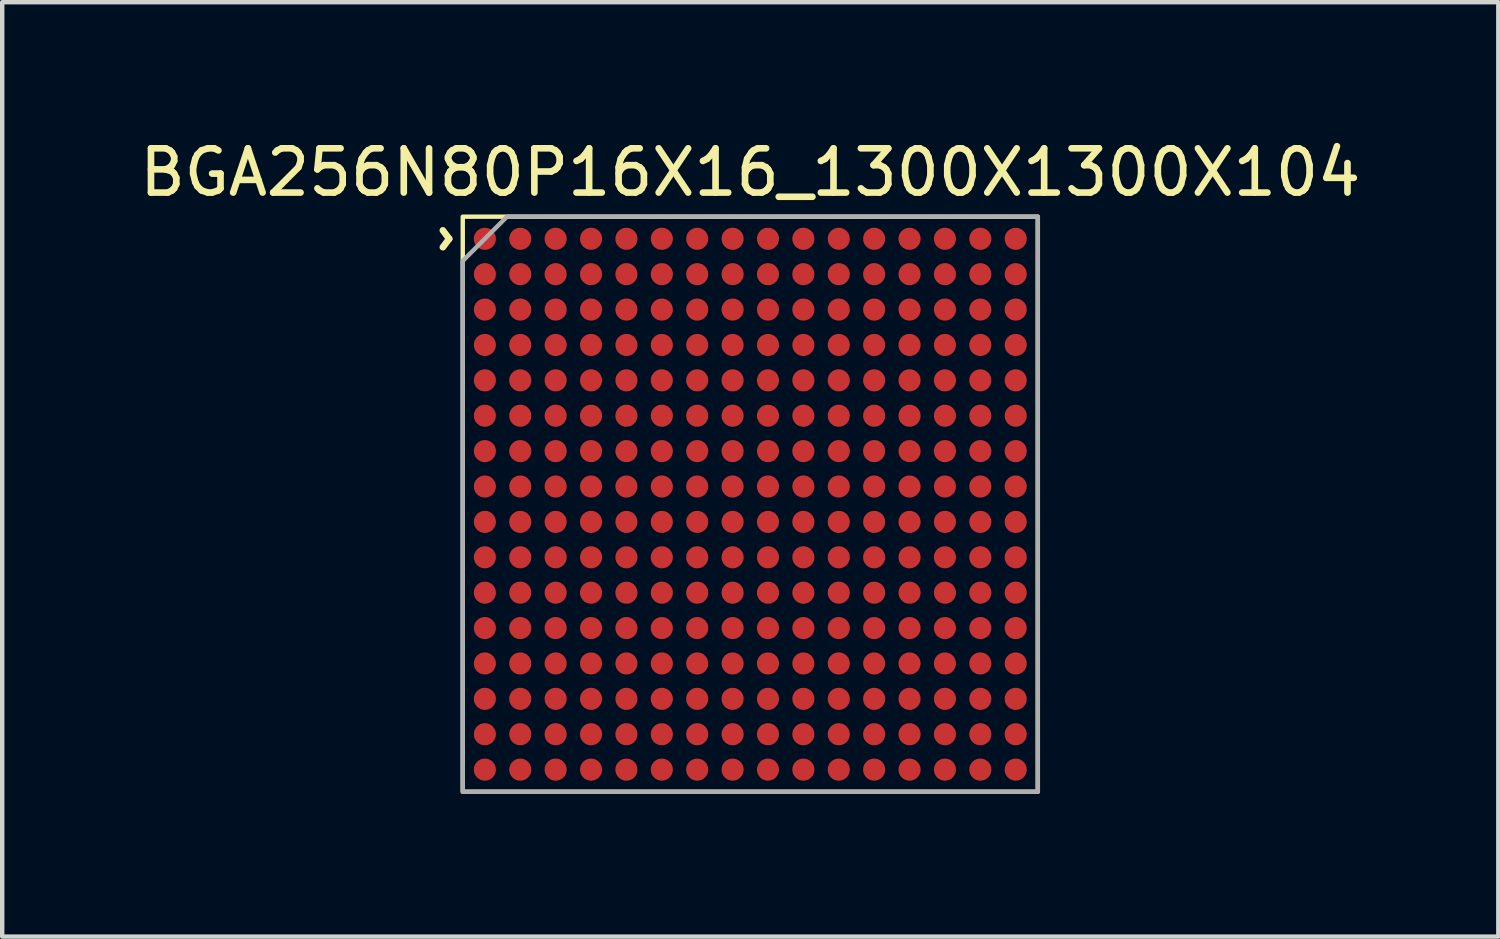
<source format=kicad_pcb>
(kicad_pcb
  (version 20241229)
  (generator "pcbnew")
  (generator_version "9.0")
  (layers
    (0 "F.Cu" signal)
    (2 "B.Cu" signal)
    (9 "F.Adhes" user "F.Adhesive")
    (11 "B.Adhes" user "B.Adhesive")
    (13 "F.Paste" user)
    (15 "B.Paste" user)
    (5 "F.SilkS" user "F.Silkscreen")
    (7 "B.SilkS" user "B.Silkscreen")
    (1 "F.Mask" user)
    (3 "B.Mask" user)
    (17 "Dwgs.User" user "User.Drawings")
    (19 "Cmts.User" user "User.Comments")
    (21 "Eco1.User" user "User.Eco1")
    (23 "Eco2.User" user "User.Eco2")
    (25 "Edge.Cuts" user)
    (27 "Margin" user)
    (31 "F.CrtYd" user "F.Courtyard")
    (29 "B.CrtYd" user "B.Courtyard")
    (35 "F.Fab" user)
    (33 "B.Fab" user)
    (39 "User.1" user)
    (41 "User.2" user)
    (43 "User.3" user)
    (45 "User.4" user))
  (footprint "BGA256N80P16X16_1300X1300X104"
    (layer "F.Cu")
    (at 13.911 8.348)
    (property "Reference" "BGA256N80P16X16_1300X1300X104" (at 0 -7.5 0) (layer "F.SilkS") (effects (font (size 1 1) (thickness 0.15))))
    (attr smd)
    (fp_rect (start 6.5 -6.5) (end -6.5 6.5) (stroke (width 0.1) (type default)) (fill no) (layer "F.SilkS"))
    (fp_poly (pts (xy -6.75 6.75) (xy 6.75 6.75) (xy 6.75 -6.75) (xy -6.75 -6.75)) (stroke (width 0.05) (type solid)) (fill no) (layer "F.Paste"))
    (fp_poly (pts (xy -5.5 -6.5) (xy 6.5 -6.5) (xy 6.5 6.5) (xy -6.5 6.5) (xy -6.5 -5.5)) (stroke (width 0.1) (type solid)) (fill no) (layer "F.Fab"))
    (fp_text user "^" (at -7.4 -6 270) (unlocked yes) (layer "F.SilkS") (effects (font (size 1 1) (thickness 0.15))))
    (pad "A1" smd circle (at -6 -6) (size 0.5 0.5) (layers "F.Cu" "F.Mask" "F.Paste"))
    (pad "A2" smd circle (at -5.2 -6) (size 0.5 0.5) (layers "F.Cu" "F.Mask" "F.Paste"))
    (pad "A3" smd circle (at -4.4 -6) (size 0.5 0.5) (layers "F.Cu" "F.Mask" "F.Paste"))
    (pad "A4" smd circle (at -3.6 -6) (size 0.5 0.5) (layers "F.Cu" "F.Mask" "F.Paste"))
    (pad "A5" smd circle (at -2.8 -6) (size 0.5 0.5) (layers "F.Cu" "F.Mask" "F.Paste"))
    (pad "A6" smd circle (at -2 -6) (size 0.5 0.5) (layers "F.Cu" "F.Mask" "F.Paste"))
    (pad "A7" smd circle (at -1.2 -6) (size 0.5 0.5) (layers "F.Cu" "F.Mask" "F.Paste"))
    (pad "A8" smd circle (at -0.4 -6) (size 0.5 0.5) (layers "F.Cu" "F.Mask" "F.Paste"))
    (pad "A9" smd circle (at 0.4 -6) (size 0.5 0.5) (layers "F.Cu" "F.Mask" "F.Paste"))
    (pad "A10" smd circle (at 1.2 -6) (size 0.5 0.5) (layers "F.Cu" "F.Mask" "F.Paste"))
    (pad "A11" smd circle (at 2 -6) (size 0.5 0.5) (layers "F.Cu" "F.Mask" "F.Paste"))
    (pad "A12" smd circle (at 2.8 -6) (size 0.5 0.5) (layers "F.Cu" "F.Mask" "F.Paste"))
    (pad "A13" smd circle (at 3.6 -6) (size 0.5 0.5) (layers "F.Cu" "F.Mask" "F.Paste"))
    (pad "A14" smd circle (at 4.4 -6) (size 0.5 0.5) (layers "F.Cu" "F.Mask" "F.Paste"))
    (pad "A15" smd circle (at 5.2 -6) (size 0.5 0.5) (layers "F.Cu" "F.Mask" "F.Paste"))
    (pad "A16" smd circle (at 6 -6) (size 0.5 0.5) (layers "F.Cu" "F.Mask" "F.Paste"))
    (pad "B1" smd circle (at -6 -5.2) (size 0.5 0.5) (layers "F.Cu" "F.Mask" "F.Paste"))
    (pad "B2" smd circle (at -5.2 -5.2) (size 0.5 0.5) (layers "F.Cu" "F.Mask" "F.Paste"))
    (pad "B3" smd circle (at -4.4 -5.2) (size 0.5 0.5) (layers "F.Cu" "F.Mask" "F.Paste"))
    (pad "B4" smd circle (at -3.6 -5.2) (size 0.5 0.5) (layers "F.Cu" "F.Mask" "F.Paste"))
    (pad "B5" smd circle (at -2.8 -5.2) (size 0.5 0.5) (layers "F.Cu" "F.Mask" "F.Paste"))
    (pad "B6" smd circle (at -2 -5.2) (size 0.5 0.5) (layers "F.Cu" "F.Mask" "F.Paste"))
    (pad "B7" smd circle (at -1.2 -5.2) (size 0.5 0.5) (layers "F.Cu" "F.Mask" "F.Paste"))
    (pad "B8" smd circle (at -0.4 -5.2) (size 0.5 0.5) (layers "F.Cu" "F.Mask" "F.Paste"))
    (pad "B9" smd circle (at 0.4 -5.2) (size 0.5 0.5) (layers "F.Cu" "F.Mask" "F.Paste"))
    (pad "B10" smd circle (at 1.2 -5.2) (size 0.5 0.5) (layers "F.Cu" "F.Mask" "F.Paste"))
    (pad "B11" smd circle (at 2 -5.2) (size 0.5 0.5) (layers "F.Cu" "F.Mask" "F.Paste"))
    (pad "B12" smd circle (at 2.8 -5.2) (size 0.5 0.5) (layers "F.Cu" "F.Mask" "F.Paste"))
    (pad "B13" smd circle (at 3.6 -5.2) (size 0.5 0.5) (layers "F.Cu" "F.Mask" "F.Paste"))
    (pad "B14" smd circle (at 4.4 -5.2) (size 0.5 0.5) (layers "F.Cu" "F.Mask" "F.Paste"))
    (pad "B15" smd circle (at 5.2 -5.2) (size 0.5 0.5) (layers "F.Cu" "F.Mask" "F.Paste"))
    (pad "B16" smd circle (at 6 -5.2) (size 0.5 0.5) (layers "F.Cu" "F.Mask" "F.Paste"))
    (pad "C1" smd circle (at -6 -4.4) (size 0.5 0.5) (layers "F.Cu" "F.Mask" "F.Paste"))
    (pad "C2" smd circle (at -5.2 -4.4) (size 0.5 0.5) (layers "F.Cu" "F.Mask" "F.Paste"))
    (pad "C3" smd circle (at -4.4 -4.4) (size 0.5 0.5) (layers "F.Cu" "F.Mask" "F.Paste"))
    (pad "C4" smd circle (at -3.6 -4.4) (size 0.5 0.5) (layers "F.Cu" "F.Mask" "F.Paste"))
    (pad "C5" smd circle (at -2.8 -4.4) (size 0.5 0.5) (layers "F.Cu" "F.Mask" "F.Paste"))
    (pad "C6" smd circle (at -2 -4.4) (size 0.5 0.5) (layers "F.Cu" "F.Mask" "F.Paste"))
    (pad "C7" smd circle (at -1.2 -4.4) (size 0.5 0.5) (layers "F.Cu" "F.Mask" "F.Paste"))
    (pad "C8" smd circle (at -0.4 -4.4) (size 0.5 0.5) (layers "F.Cu" "F.Mask" "F.Paste"))
    (pad "C9" smd circle (at 0.4 -4.4) (size 0.5 0.5) (layers "F.Cu" "F.Mask" "F.Paste"))
    (pad "C10" smd circle (at 1.2 -4.4) (size 0.5 0.5) (layers "F.Cu" "F.Mask" "F.Paste"))
    (pad "C11" smd circle (at 2 -4.4) (size 0.5 0.5) (layers "F.Cu" "F.Mask" "F.Paste"))
    (pad "C12" smd circle (at 2.8 -4.4) (size 0.5 0.5) (layers "F.Cu" "F.Mask" "F.Paste"))
    (pad "C13" smd circle (at 3.6 -4.4) (size 0.5 0.5) (layers "F.Cu" "F.Mask" "F.Paste"))
    (pad "C14" smd circle (at 4.4 -4.4) (size 0.5 0.5) (layers "F.Cu" "F.Mask" "F.Paste"))
    (pad "C15" smd circle (at 5.2 -4.4) (size 0.5 0.5) (layers "F.Cu" "F.Mask" "F.Paste"))
    (pad "C16" smd circle (at 6 -4.4) (size 0.5 0.5) (layers "F.Cu" "F.Mask" "F.Paste"))
    (pad "D1" smd circle (at -6 -3.6) (size 0.5 0.5) (layers "F.Cu" "F.Mask" "F.Paste"))
    (pad "D2" smd circle (at -5.2 -3.6) (size 0.5 0.5) (layers "F.Cu" "F.Mask" "F.Paste"))
    (pad "D3" smd circle (at -4.4 -3.6) (size 0.5 0.5) (layers "F.Cu" "F.Mask" "F.Paste"))
    (pad "D4" smd circle (at -3.6 -3.6) (size 0.5 0.5) (layers "F.Cu" "F.Mask" "F.Paste"))
    (pad "D5" smd circle (at -2.8 -3.6) (size 0.5 0.5) (layers "F.Cu" "F.Mask" "F.Paste"))
    (pad "D6" smd circle (at -2 -3.6) (size 0.5 0.5) (layers "F.Cu" "F.Mask" "F.Paste"))
    (pad "D7" smd circle (at -1.2 -3.6) (size 0.5 0.5) (layers "F.Cu" "F.Mask" "F.Paste"))
    (pad "D8" smd circle (at -0.4 -3.6) (size 0.5 0.5) (layers "F.Cu" "F.Mask" "F.Paste"))
    (pad "D9" smd circle (at 0.4 -3.6) (size 0.5 0.5) (layers "F.Cu" "F.Mask" "F.Paste"))
    (pad "D10" smd circle (at 1.2 -3.6) (size 0.5 0.5) (layers "F.Cu" "F.Mask" "F.Paste"))
    (pad "D11" smd circle (at 2 -3.6) (size 0.5 0.5) (layers "F.Cu" "F.Mask" "F.Paste"))
    (pad "D12" smd circle (at 2.8 -3.6) (size 0.5 0.5) (layers "F.Cu" "F.Mask" "F.Paste"))
    (pad "D13" smd circle (at 3.6 -3.6) (size 0.5 0.5) (layers "F.Cu" "F.Mask" "F.Paste"))
    (pad "D14" smd circle (at 4.4 -3.6) (size 0.5 0.5) (layers "F.Cu" "F.Mask" "F.Paste"))
    (pad "D15" smd circle (at 5.2 -3.6) (size 0.5 0.5) (layers "F.Cu" "F.Mask" "F.Paste"))
    (pad "D16" smd circle (at 6 -3.6) (size 0.5 0.5) (layers "F.Cu" "F.Mask" "F.Paste"))
    (pad "E1" smd circle (at -6 -2.8) (size 0.5 0.5) (layers "F.Cu" "F.Mask" "F.Paste"))
    (pad "E2" smd circle (at -5.2 -2.8) (size 0.5 0.5) (layers "F.Cu" "F.Mask" "F.Paste"))
    (pad "E3" smd circle (at -4.4 -2.8) (size 0.5 0.5) (layers "F.Cu" "F.Mask" "F.Paste"))
    (pad "E4" smd circle (at -3.6 -2.8) (size 0.5 0.5) (layers "F.Cu" "F.Mask" "F.Paste"))
    (pad "E5" smd circle (at -2.8 -2.8) (size 0.5 0.5) (layers "F.Cu" "F.Mask" "F.Paste"))
    (pad "E6" smd circle (at -2 -2.8) (size 0.5 0.5) (layers "F.Cu" "F.Mask" "F.Paste"))
    (pad "E7" smd circle (at -1.2 -2.8) (size 0.5 0.5) (layers "F.Cu" "F.Mask" "F.Paste"))
    (pad "E8" smd circle (at -0.4 -2.8) (size 0.5 0.5) (layers "F.Cu" "F.Mask" "F.Paste"))
    (pad "E9" smd circle (at 0.4 -2.8) (size 0.5 0.5) (layers "F.Cu" "F.Mask" "F.Paste"))
    (pad "E10" smd circle (at 1.2 -2.8) (size 0.5 0.5) (layers "F.Cu" "F.Mask" "F.Paste"))
    (pad "E11" smd circle (at 2 -2.8) (size 0.5 0.5) (layers "F.Cu" "F.Mask" "F.Paste"))
    (pad "E12" smd circle (at 2.8 -2.8) (size 0.5 0.5) (layers "F.Cu" "F.Mask" "F.Paste"))
    (pad "E13" smd circle (at 3.6 -2.8) (size 0.5 0.5) (layers "F.Cu" "F.Mask" "F.Paste"))
    (pad "E14" smd circle (at 4.4 -2.8) (size 0.5 0.5) (layers "F.Cu" "F.Mask" "F.Paste"))
    (pad "E15" smd circle (at 5.2 -2.8) (size 0.5 0.5) (layers "F.Cu" "F.Mask" "F.Paste"))
    (pad "E16" smd circle (at 6 -2.8) (size 0.5 0.5) (layers "F.Cu" "F.Mask" "F.Paste"))
    (pad "F1" smd circle (at -6 -2) (size 0.5 0.5) (layers "F.Cu" "F.Mask" "F.Paste"))
    (pad "F2" smd circle (at -5.2 -2) (size 0.5 0.5) (layers "F.Cu" "F.Mask" "F.Paste"))
    (pad "F3" smd circle (at -4.4 -2) (size 0.5 0.5) (layers "F.Cu" "F.Mask" "F.Paste"))
    (pad "F4" smd circle (at -3.6 -2) (size 0.5 0.5) (layers "F.Cu" "F.Mask" "F.Paste"))
    (pad "F5" smd circle (at -2.8 -2) (size 0.5 0.5) (layers "F.Cu" "F.Mask" "F.Paste"))
    (pad "F6" smd circle (at -2 -2) (size 0.5 0.5) (layers "F.Cu" "F.Mask" "F.Paste"))
    (pad "F7" smd circle (at -1.2 -2) (size 0.5 0.5) (layers "F.Cu" "F.Mask" "F.Paste"))
    (pad "F8" smd circle (at -0.4 -2) (size 0.5 0.5) (layers "F.Cu" "F.Mask" "F.Paste"))
    (pad "F9" smd circle (at 0.4 -2) (size 0.5 0.5) (layers "F.Cu" "F.Mask" "F.Paste"))
    (pad "F10" smd circle (at 1.2 -2) (size 0.5 0.5) (layers "F.Cu" "F.Mask" "F.Paste"))
    (pad "F11" smd circle (at 2 -2) (size 0.5 0.5) (layers "F.Cu" "F.Mask" "F.Paste"))
    (pad "F12" smd circle (at 2.8 -2) (size 0.5 0.5) (layers "F.Cu" "F.Mask" "F.Paste"))
    (pad "F13" smd circle (at 3.6 -2) (size 0.5 0.5) (layers "F.Cu" "F.Mask" "F.Paste"))
    (pad "F14" smd circle (at 4.4 -2) (size 0.5 0.5) (layers "F.Cu" "F.Mask" "F.Paste"))
    (pad "F15" smd circle (at 5.2 -2) (size 0.5 0.5) (layers "F.Cu" "F.Mask" "F.Paste"))
    (pad "F16" smd circle (at 6 -2) (size 0.5 0.5) (layers "F.Cu" "F.Mask" "F.Paste"))
    (pad "G1" smd circle (at -6 -1.2) (size 0.5 0.5) (layers "F.Cu" "F.Mask" "F.Paste"))
    (pad "G2" smd circle (at -5.2 -1.2) (size 0.5 0.5) (layers "F.Cu" "F.Mask" "F.Paste"))
    (pad "G3" smd circle (at -4.4 -1.2) (size 0.5 0.5) (layers "F.Cu" "F.Mask" "F.Paste"))
    (pad "G4" smd circle (at -3.6 -1.2) (size 0.5 0.5) (layers "F.Cu" "F.Mask" "F.Paste"))
    (pad "G5" smd circle (at -2.8 -1.2) (size 0.5 0.5) (layers "F.Cu" "F.Mask" "F.Paste"))
    (pad "G6" smd circle (at -2 -1.2) (size 0.5 0.5) (layers "F.Cu" "F.Mask" "F.Paste"))
    (pad "G7" smd circle (at -1.2 -1.2) (size 0.5 0.5) (layers "F.Cu" "F.Mask" "F.Paste"))
    (pad "G8" smd circle (at -0.4 -1.2) (size 0.5 0.5) (layers "F.Cu" "F.Mask" "F.Paste"))
    (pad "G9" smd circle (at 0.4 -1.2) (size 0.5 0.5) (layers "F.Cu" "F.Mask" "F.Paste"))
    (pad "G10" smd circle (at 1.2 -1.2) (size 0.5 0.5) (layers "F.Cu" "F.Mask" "F.Paste"))
    (pad "G11" smd circle (at 2 -1.2) (size 0.5 0.5) (layers "F.Cu" "F.Mask" "F.Paste"))
    (pad "G12" smd circle (at 2.8 -1.2) (size 0.5 0.5) (layers "F.Cu" "F.Mask" "F.Paste"))
    (pad "G13" smd circle (at 3.6 -1.2) (size 0.5 0.5) (layers "F.Cu" "F.Mask" "F.Paste"))
    (pad "G14" smd circle (at 4.4 -1.2) (size 0.5 0.5) (layers "F.Cu" "F.Mask" "F.Paste"))
    (pad "G15" smd circle (at 5.2 -1.2) (size 0.5 0.5) (layers "F.Cu" "F.Mask" "F.Paste"))
    (pad "G16" smd circle (at 6 -1.2) (size 0.5 0.5) (layers "F.Cu" "F.Mask" "F.Paste"))
    (pad "H1" smd circle (at -6 -0.4) (size 0.5 0.5) (layers "F.Cu" "F.Mask" "F.Paste"))
    (pad "H2" smd circle (at -5.2 -0.4) (size 0.5 0.5) (layers "F.Cu" "F.Mask" "F.Paste"))
    (pad "H3" smd circle (at -4.4 -0.4) (size 0.5 0.5) (layers "F.Cu" "F.Mask" "F.Paste"))
    (pad "H4" smd circle (at -3.6 -0.4) (size 0.5 0.5) (layers "F.Cu" "F.Mask" "F.Paste"))
    (pad "H5" smd circle (at -2.8 -0.4) (size 0.5 0.5) (layers "F.Cu" "F.Mask" "F.Paste"))
    (pad "H6" smd circle (at -2 -0.4) (size 0.5 0.5) (layers "F.Cu" "F.Mask" "F.Paste"))
    (pad "H7" smd circle (at -1.2 -0.4) (size 0.5 0.5) (layers "F.Cu" "F.Mask" "F.Paste"))
    (pad "H8" smd circle (at -0.4 -0.4) (size 0.5 0.5) (layers "F.Cu" "F.Mask" "F.Paste"))
    (pad "H9" smd circle (at 0.4 -0.4) (size 0.5 0.5) (layers "F.Cu" "F.Mask" "F.Paste"))
    (pad "H10" smd circle (at 1.2 -0.4) (size 0.5 0.5) (layers "F.Cu" "F.Mask" "F.Paste"))
    (pad "H11" smd circle (at 2 -0.4) (size 0.5 0.5) (layers "F.Cu" "F.Mask" "F.Paste"))
    (pad "H12" smd circle (at 2.8 -0.4) (size 0.5 0.5) (layers "F.Cu" "F.Mask" "F.Paste"))
    (pad "H13" smd circle (at 3.6 -0.4) (size 0.5 0.5) (layers "F.Cu" "F.Mask" "F.Paste"))
    (pad "H14" smd circle (at 4.4 -0.4) (size 0.5 0.5) (layers "F.Cu" "F.Mask" "F.Paste"))
    (pad "H15" smd circle (at 5.2 -0.4) (size 0.5 0.5) (layers "F.Cu" "F.Mask" "F.Paste"))
    (pad "H16" smd circle (at 6 -0.4) (size 0.5 0.5) (layers "F.Cu" "F.Mask" "F.Paste"))
    (pad "J1" smd circle (at -6 0.4) (size 0.5 0.5) (layers "F.Cu" "F.Mask" "F.Paste"))
    (pad "J2" smd circle (at -5.2 0.4) (size 0.5 0.5) (layers "F.Cu" "F.Mask" "F.Paste"))
    (pad "J3" smd circle (at -4.4 0.4) (size 0.5 0.5) (layers "F.Cu" "F.Mask" "F.Paste"))
    (pad "J4" smd circle (at -3.6 0.4) (size 0.5 0.5) (layers "F.Cu" "F.Mask" "F.Paste"))
    (pad "J5" smd circle (at -2.8 0.4) (size 0.5 0.5) (layers "F.Cu" "F.Mask" "F.Paste"))
    (pad "J6" smd circle (at -2 0.4) (size 0.5 0.5) (layers "F.Cu" "F.Mask" "F.Paste"))
    (pad "J7" smd circle (at -1.2 0.4) (size 0.5 0.5) (layers "F.Cu" "F.Mask" "F.Paste"))
    (pad "J8" smd circle (at -0.4 0.4) (size 0.5 0.5) (layers "F.Cu" "F.Mask" "F.Paste"))
    (pad "J9" smd circle (at 0.4 0.4) (size 0.5 0.5) (layers "F.Cu" "F.Mask" "F.Paste"))
    (pad "J10" smd circle (at 1.2 0.4) (size 0.5 0.5) (layers "F.Cu" "F.Mask" "F.Paste"))
    (pad "J11" smd circle (at 2 0.4) (size 0.5 0.5) (layers "F.Cu" "F.Mask" "F.Paste"))
    (pad "J12" smd circle (at 2.8 0.4) (size 0.5 0.5) (layers "F.Cu" "F.Mask" "F.Paste"))
    (pad "J13" smd circle (at 3.6 0.4) (size 0.5 0.5) (layers "F.Cu" "F.Mask" "F.Paste"))
    (pad "J14" smd circle (at 4.4 0.4) (size 0.5 0.5) (layers "F.Cu" "F.Mask" "F.Paste"))
    (pad "J15" smd circle (at 5.2 0.4) (size 0.5 0.5) (layers "F.Cu" "F.Mask" "F.Paste"))
    (pad "J16" smd circle (at 6 0.4) (size 0.5 0.5) (layers "F.Cu" "F.Mask" "F.Paste"))
    (pad "K1" smd circle (at -6 1.2) (size 0.5 0.5) (layers "F.Cu" "F.Mask" "F.Paste"))
    (pad "K2" smd circle (at -5.2 1.2) (size 0.5 0.5) (layers "F.Cu" "F.Mask" "F.Paste"))
    (pad "K3" smd circle (at -4.4 1.2) (size 0.5 0.5) (layers "F.Cu" "F.Mask" "F.Paste"))
    (pad "K4" smd circle (at -3.6 1.2) (size 0.5 0.5) (layers "F.Cu" "F.Mask" "F.Paste"))
    (pad "K5" smd circle (at -2.8 1.2) (size 0.5 0.5) (layers "F.Cu" "F.Mask" "F.Paste"))
    (pad "K6" smd circle (at -2 1.2) (size 0.5 0.5) (layers "F.Cu" "F.Mask" "F.Paste"))
    (pad "K7" smd circle (at -1.2 1.2) (size 0.5 0.5) (layers "F.Cu" "F.Mask" "F.Paste"))
    (pad "K8" smd circle (at -0.4 1.2) (size 0.5 0.5) (layers "F.Cu" "F.Mask" "F.Paste"))
    (pad "K9" smd circle (at 0.4 1.2) (size 0.5 0.5) (layers "F.Cu" "F.Mask" "F.Paste"))
    (pad "K10" smd circle (at 1.2 1.2) (size 0.5 0.5) (layers "F.Cu" "F.Mask" "F.Paste"))
    (pad "K11" smd circle (at 2 1.2) (size 0.5 0.5) (layers "F.Cu" "F.Mask" "F.Paste"))
    (pad "K12" smd circle (at 2.8 1.2) (size 0.5 0.5) (layers "F.Cu" "F.Mask" "F.Paste"))
    (pad "K13" smd circle (at 3.6 1.2) (size 0.5 0.5) (layers "F.Cu" "F.Mask" "F.Paste"))
    (pad "K14" smd circle (at 4.4 1.2) (size 0.5 0.5) (layers "F.Cu" "F.Mask" "F.Paste"))
    (pad "K15" smd circle (at 5.2 1.2) (size 0.5 0.5) (layers "F.Cu" "F.Mask" "F.Paste"))
    (pad "K16" smd circle (at 6 1.2) (size 0.5 0.5) (layers "F.Cu" "F.Mask" "F.Paste"))
    (pad "L1" smd circle (at -6 2) (size 0.5 0.5) (layers "F.Cu" "F.Mask" "F.Paste"))
    (pad "L2" smd circle (at -5.2 2) (size 0.5 0.5) (layers "F.Cu" "F.Mask" "F.Paste"))
    (pad "L3" smd circle (at -4.4 2) (size 0.5 0.5) (layers "F.Cu" "F.Mask" "F.Paste"))
    (pad "L4" smd circle (at -3.6 2) (size 0.5 0.5) (layers "F.Cu" "F.Mask" "F.Paste"))
    (pad "L5" smd circle (at -2.8 2) (size 0.5 0.5) (layers "F.Cu" "F.Mask" "F.Paste"))
    (pad "L6" smd circle (at -2 2) (size 0.5 0.5) (layers "F.Cu" "F.Mask" "F.Paste"))
    (pad "L7" smd circle (at -1.2 2) (size 0.5 0.5) (layers "F.Cu" "F.Mask" "F.Paste"))
    (pad "L8" smd circle (at -0.4 2) (size 0.5 0.5) (layers "F.Cu" "F.Mask" "F.Paste"))
    (pad "L9" smd circle (at 0.4 2) (size 0.5 0.5) (layers "F.Cu" "F.Mask" "F.Paste"))
    (pad "L10" smd circle (at 1.2 2) (size 0.5 0.5) (layers "F.Cu" "F.Mask" "F.Paste"))
    (pad "L11" smd circle (at 2 2) (size 0.5 0.5) (layers "F.Cu" "F.Mask" "F.Paste"))
    (pad "L12" smd circle (at 2.8 2) (size 0.5 0.5) (layers "F.Cu" "F.Mask" "F.Paste"))
    (pad "L13" smd circle (at 3.6 2) (size 0.5 0.5) (layers "F.Cu" "F.Mask" "F.Paste"))
    (pad "L14" smd circle (at 4.4 2) (size 0.5 0.5) (layers "F.Cu" "F.Mask" "F.Paste"))
    (pad "L15" smd circle (at 5.2 2) (size 0.5 0.5) (layers "F.Cu" "F.Mask" "F.Paste"))
    (pad "L16" smd circle (at 6 2) (size 0.5 0.5) (layers "F.Cu" "F.Mask" "F.Paste"))
    (pad "M1" smd circle (at -6 2.8) (size 0.5 0.5) (layers "F.Cu" "F.Mask" "F.Paste"))
    (pad "M2" smd circle (at -5.2 2.8) (size 0.5 0.5) (layers "F.Cu" "F.Mask" "F.Paste"))
    (pad "M3" smd circle (at -4.4 2.8) (size 0.5 0.5) (layers "F.Cu" "F.Mask" "F.Paste"))
    (pad "M4" smd circle (at -3.6 2.8) (size 0.5 0.5) (layers "F.Cu" "F.Mask" "F.Paste"))
    (pad "M5" smd circle (at -2.8 2.8) (size 0.5 0.5) (layers "F.Cu" "F.Mask" "F.Paste"))
    (pad "M6" smd circle (at -2 2.8) (size 0.5 0.5) (layers "F.Cu" "F.Mask" "F.Paste"))
    (pad "M7" smd circle (at -1.2 2.8) (size 0.5 0.5) (layers "F.Cu" "F.Mask" "F.Paste"))
    (pad "M8" smd circle (at -0.4 2.8) (size 0.5 0.5) (layers "F.Cu" "F.Mask" "F.Paste"))
    (pad "M9" smd circle (at 0.4 2.8) (size 0.5 0.5) (layers "F.Cu" "F.Mask" "F.Paste"))
    (pad "M10" smd circle (at 1.2 2.8) (size 0.5 0.5) (layers "F.Cu" "F.Mask" "F.Paste"))
    (pad "M11" smd circle (at 2 2.8) (size 0.5 0.5) (layers "F.Cu" "F.Mask" "F.Paste"))
    (pad "M12" smd circle (at 2.8 2.8) (size 0.5 0.5) (layers "F.Cu" "F.Mask" "F.Paste"))
    (pad "M13" smd circle (at 3.6 2.8) (size 0.5 0.5) (layers "F.Cu" "F.Mask" "F.Paste"))
    (pad "M14" smd circle (at 4.4 2.8) (size 0.5 0.5) (layers "F.Cu" "F.Mask" "F.Paste"))
    (pad "M15" smd circle (at 5.2 2.8) (size 0.5 0.5) (layers "F.Cu" "F.Mask" "F.Paste"))
    (pad "M16" smd circle (at 6 2.8) (size 0.5 0.5) (layers "F.Cu" "F.Mask" "F.Paste"))
    (pad "N1" smd circle (at -6 3.6) (size 0.5 0.5) (layers "F.Cu" "F.Mask" "F.Paste"))
    (pad "N2" smd circle (at -5.2 3.6) (size 0.5 0.5) (layers "F.Cu" "F.Mask" "F.Paste"))
    (pad "N3" smd circle (at -4.4 3.6) (size 0.5 0.5) (layers "F.Cu" "F.Mask" "F.Paste"))
    (pad "N4" smd circle (at -3.6 3.6) (size 0.5 0.5) (layers "F.Cu" "F.Mask" "F.Paste"))
    (pad "N5" smd circle (at -2.8 3.6) (size 0.5 0.5) (layers "F.Cu" "F.Mask" "F.Paste"))
    (pad "N6" smd circle (at -2 3.6) (size 0.5 0.5) (layers "F.Cu" "F.Mask" "F.Paste"))
    (pad "N7" smd circle (at -1.2 3.6) (size 0.5 0.5) (layers "F.Cu" "F.Mask" "F.Paste"))
    (pad "N8" smd circle (at -0.4 3.6) (size 0.5 0.5) (layers "F.Cu" "F.Mask" "F.Paste"))
    (pad "N9" smd circle (at 0.4 3.6) (size 0.5 0.5) (layers "F.Cu" "F.Mask" "F.Paste"))
    (pad "N10" smd circle (at 1.2 3.6) (size 0.5 0.5) (layers "F.Cu" "F.Mask" "F.Paste"))
    (pad "N11" smd circle (at 2 3.6) (size 0.5 0.5) (layers "F.Cu" "F.Mask" "F.Paste"))
    (pad "N12" smd circle (at 2.8 3.6) (size 0.5 0.5) (layers "F.Cu" "F.Mask" "F.Paste"))
    (pad "N13" smd circle (at 3.6 3.6) (size 0.5 0.5) (layers "F.Cu" "F.Mask" "F.Paste"))
    (pad "N14" smd circle (at 4.4 3.6) (size 0.5 0.5) (layers "F.Cu" "F.Mask" "F.Paste"))
    (pad "N15" smd circle (at 5.2 3.6) (size 0.5 0.5) (layers "F.Cu" "F.Mask" "F.Paste"))
    (pad "N16" smd circle (at 6 3.6) (size 0.5 0.5) (layers "F.Cu" "F.Mask" "F.Paste"))
    (pad "P1" smd circle (at -6 4.4) (size 0.5 0.5) (layers "F.Cu" "F.Mask" "F.Paste"))
    (pad "P2" smd circle (at -5.2 4.4) (size 0.5 0.5) (layers "F.Cu" "F.Mask" "F.Paste"))
    (pad "P3" smd circle (at -4.4 4.4) (size 0.5 0.5) (layers "F.Cu" "F.Mask" "F.Paste"))
    (pad "P4" smd circle (at -3.6 4.4) (size 0.5 0.5) (layers "F.Cu" "F.Mask" "F.Paste"))
    (pad "P5" smd circle (at -2.8 4.4) (size 0.5 0.5) (layers "F.Cu" "F.Mask" "F.Paste"))
    (pad "P6" smd circle (at -2 4.4) (size 0.5 0.5) (layers "F.Cu" "F.Mask" "F.Paste"))
    (pad "P7" smd circle (at -1.2 4.4) (size 0.5 0.5) (layers "F.Cu" "F.Mask" "F.Paste"))
    (pad "P8" smd circle (at -0.4 4.4) (size 0.5 0.5) (layers "F.Cu" "F.Mask" "F.Paste"))
    (pad "P9" smd circle (at 0.4 4.4) (size 0.5 0.5) (layers "F.Cu" "F.Mask" "F.Paste"))
    (pad "P10" smd circle (at 1.2 4.4) (size 0.5 0.5) (layers "F.Cu" "F.Mask" "F.Paste"))
    (pad "P11" smd circle (at 2 4.4) (size 0.5 0.5) (layers "F.Cu" "F.Mask" "F.Paste"))
    (pad "P12" smd circle (at 2.8 4.4) (size 0.5 0.5) (layers "F.Cu" "F.Mask" "F.Paste"))
    (pad "P13" smd circle (at 3.6 4.4) (size 0.5 0.5) (layers "F.Cu" "F.Mask" "F.Paste"))
    (pad "P14" smd circle (at 4.4 4.4) (size 0.5 0.5) (layers "F.Cu" "F.Mask" "F.Paste"))
    (pad "P15" smd circle (at 5.2 4.4) (size 0.5 0.5) (layers "F.Cu" "F.Mask" "F.Paste"))
    (pad "P16" smd circle (at 6 4.4) (size 0.5 0.5) (layers "F.Cu" "F.Mask" "F.Paste"))
    (pad "R1" smd circle (at -6 5.2) (size 0.5 0.5) (layers "F.Cu" "F.Mask" "F.Paste"))
    (pad "R2" smd circle (at -5.2 5.2) (size 0.5 0.5) (layers "F.Cu" "F.Mask" "F.Paste"))
    (pad "R3" smd circle (at -4.4 5.2) (size 0.5 0.5) (layers "F.Cu" "F.Mask" "F.Paste"))
    (pad "R4" smd circle (at -3.6 5.2) (size 0.5 0.5) (layers "F.Cu" "F.Mask" "F.Paste"))
    (pad "R5" smd circle (at -2.8 5.2) (size 0.5 0.5) (layers "F.Cu" "F.Mask" "F.Paste"))
    (pad "R6" smd circle (at -2 5.2) (size 0.5 0.5) (layers "F.Cu" "F.Mask" "F.Paste"))
    (pad "R7" smd circle (at -1.2 5.2) (size 0.5 0.5) (layers "F.Cu" "F.Mask" "F.Paste"))
    (pad "R8" smd circle (at -0.4 5.2) (size 0.5 0.5) (layers "F.Cu" "F.Mask" "F.Paste"))
    (pad "R9" smd circle (at 0.4 5.2) (size 0.5 0.5) (layers "F.Cu" "F.Mask" "F.Paste"))
    (pad "R10" smd circle (at 1.2 5.2) (size 0.5 0.5) (layers "F.Cu" "F.Mask" "F.Paste"))
    (pad "R11" smd circle (at 2 5.2) (size 0.5 0.5) (layers "F.Cu" "F.Mask" "F.Paste"))
    (pad "R12" smd circle (at 2.8 5.2) (size 0.5 0.5) (layers "F.Cu" "F.Mask" "F.Paste"))
    (pad "R13" smd circle (at 3.6 5.2) (size 0.5 0.5) (layers "F.Cu" "F.Mask" "F.Paste"))
    (pad "R14" smd circle (at 4.4 5.2) (size 0.5 0.5) (layers "F.Cu" "F.Mask" "F.Paste"))
    (pad "R15" smd circle (at 5.2 5.2) (size 0.5 0.5) (layers "F.Cu" "F.Mask" "F.Paste"))
    (pad "R16" smd circle (at 6 5.2) (size 0.5 0.5) (layers "F.Cu" "F.Mask" "F.Paste"))
    (pad "T1" smd circle (at -6 6) (size 0.5 0.5) (layers "F.Cu" "F.Mask" "F.Paste"))
    (pad "T2" smd circle (at -5.2 6) (size 0.5 0.5) (layers "F.Cu" "F.Mask" "F.Paste"))
    (pad "T3" smd circle (at -4.4 6) (size 0.5 0.5) (layers "F.Cu" "F.Mask" "F.Paste"))
    (pad "T4" smd circle (at -3.6 6) (size 0.5 0.5) (layers "F.Cu" "F.Mask" "F.Paste"))
    (pad "T5" smd circle (at -2.8 6) (size 0.5 0.5) (layers "F.Cu" "F.Mask" "F.Paste"))
    (pad "T6" smd circle (at -2 6) (size 0.5 0.5) (layers "F.Cu" "F.Mask" "F.Paste"))
    (pad "T7" smd circle (at -1.2 6) (size 0.5 0.5) (layers "F.Cu" "F.Mask" "F.Paste"))
    (pad "T8" smd circle (at -0.4 6) (size 0.5 0.5) (layers "F.Cu" "F.Mask" "F.Paste"))
    (pad "T9" smd circle (at 0.4 6) (size 0.5 0.5) (layers "F.Cu" "F.Mask" "F.Paste"))
    (pad "T10" smd circle (at 1.2 6) (size 0.5 0.5) (layers "F.Cu" "F.Mask" "F.Paste"))
    (pad "T11" smd circle (at 2 6) (size 0.5 0.5) (layers "F.Cu" "F.Mask" "F.Paste"))
    (pad "T12" smd circle (at 2.8 6) (size 0.5 0.5) (layers "F.Cu" "F.Mask" "F.Paste"))
    (pad "T13" smd circle (at 3.6 6) (size 0.5 0.5) (layers "F.Cu" "F.Mask" "F.Paste"))
    (pad "T14" smd circle (at 4.4 6) (size 0.5 0.5) (layers "F.Cu" "F.Mask" "F.Paste"))
    (pad "T15" smd circle (at 5.2 6) (size 0.5 0.5) (layers "F.Cu" "F.Mask" "F.Paste"))
    (pad "T16" smd circle (at 6 6) (size 0.5 0.5) (layers "F.Cu" "F.Mask" "F.Paste")))
  (gr_rect
    (start -3 -3)
    (end 30.821 18.123)
    (stroke (width 0.1) (type default))
    (fill no)
    (layer "Edge.Cuts")))
</source>
